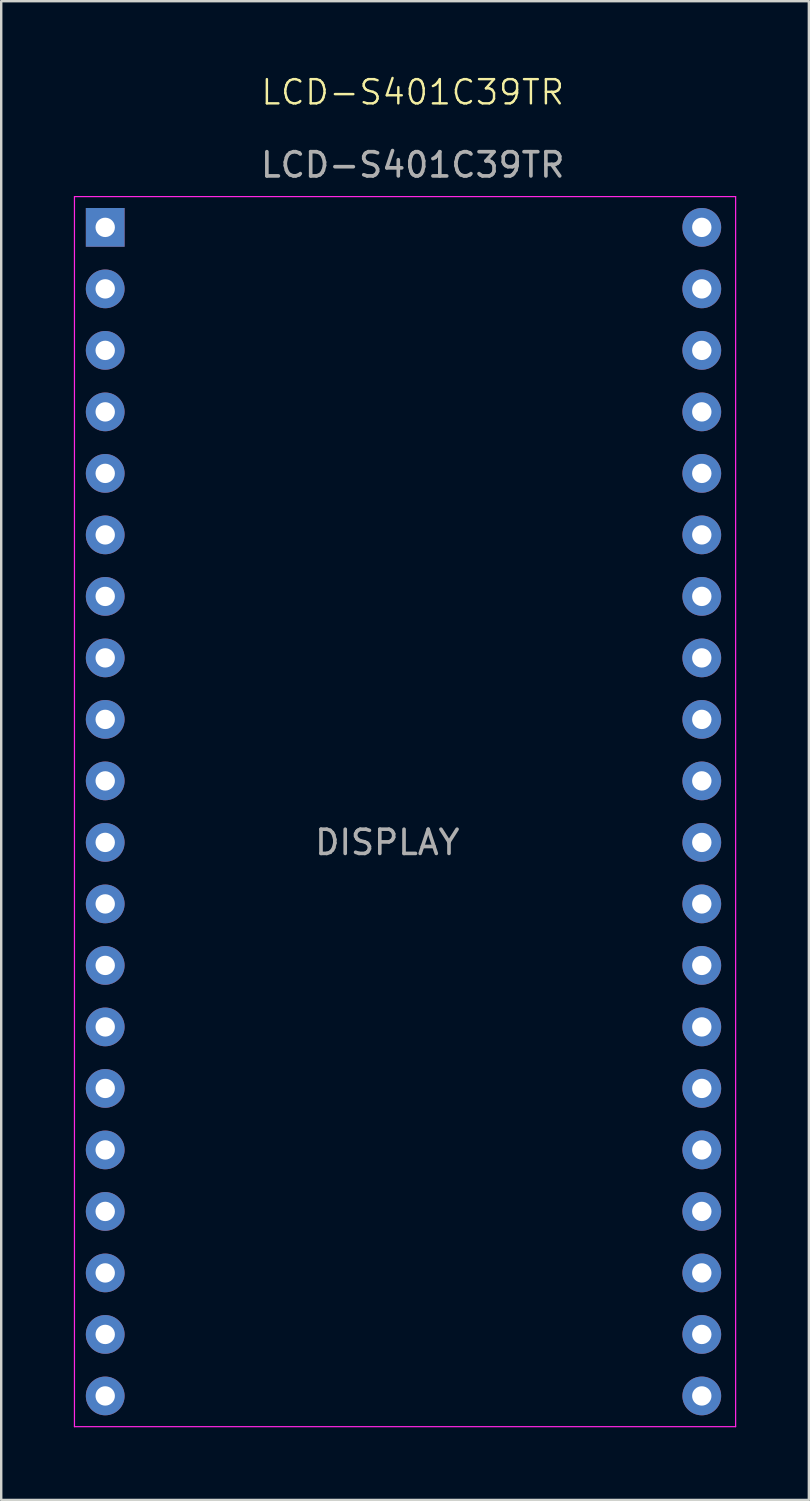
<source format=kicad_pcb>
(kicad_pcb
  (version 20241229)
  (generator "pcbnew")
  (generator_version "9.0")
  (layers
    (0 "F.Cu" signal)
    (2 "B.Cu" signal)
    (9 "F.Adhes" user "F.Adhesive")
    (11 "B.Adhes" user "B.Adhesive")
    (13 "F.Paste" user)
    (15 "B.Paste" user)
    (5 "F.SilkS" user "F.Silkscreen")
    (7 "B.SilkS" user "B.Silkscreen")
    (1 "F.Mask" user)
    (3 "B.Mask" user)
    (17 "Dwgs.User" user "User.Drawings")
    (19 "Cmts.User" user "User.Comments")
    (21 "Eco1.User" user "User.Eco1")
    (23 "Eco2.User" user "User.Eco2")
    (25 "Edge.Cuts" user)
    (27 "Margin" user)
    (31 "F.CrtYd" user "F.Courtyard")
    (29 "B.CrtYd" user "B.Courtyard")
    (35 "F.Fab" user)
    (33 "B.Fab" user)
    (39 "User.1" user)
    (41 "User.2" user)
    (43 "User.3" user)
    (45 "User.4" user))
  (footprint "LCD-S401C39TR"
    (layer "F.Cu")
    (at 13.995 1.26)
    (property "Reference" "LCD-S401C39TR" (at 0 -0.5 0) (unlocked yes) (layer "F.SilkS") (effects (font (size 1 1) (thickness 0.1))))
    (attr through_hole)
    (fp_line (start -13.97 3.81) (end -13.97 54.61) (stroke (width 0.05) (type solid)) (layer "F.CrtYd"))
    (fp_line (start -13.97 54.61) (end 13.335 54.61) (stroke (width 0.05) (type solid)) (layer "F.CrtYd"))
    (fp_line (start 13.335 3.81) (end -13.97 3.81) (stroke (width 0.05) (type solid)) (layer "F.CrtYd"))
    (fp_line (start 13.335 54.61) (end 13.335 3.81) (stroke (width 0.05) (type solid)) (layer "F.CrtYd"))
    (fp_text user "${REFERENCE}" (at 0 2.5 0) (unlocked yes) (layer "F.Fab") (effects (font (size 1 1) (thickness 0.15))))
    (fp_text user "DISPLAY" (at -1.05 30.48 0) (layer "F.Fab") (effects (font (size 1 1) (thickness 0.15))))
    (pad "1" thru_hole rect (at -12.7 5.08) (size 1.6 1.6) (drill 0.8) (layers "*.Cu" "*.Mask"))
    (pad "2" thru_hole oval (at -12.7 7.62) (size 1.6 1.6) (drill 0.8) (layers "*.Cu" "*.Mask"))
    (pad "3" thru_hole oval (at -12.7 10.16) (size 1.6 1.6) (drill 0.8) (layers "*.Cu" "*.Mask"))
    (pad "4" thru_hole oval (at -12.7 12.7) (size 1.6 1.6) (drill 0.8) (layers "*.Cu" "*.Mask"))
    (pad "5" thru_hole oval (at -12.7 15.24) (size 1.6 1.6) (drill 0.8) (layers "*.Cu" "*.Mask"))
    (pad "6" thru_hole oval (at -12.7 17.78) (size 1.6 1.6) (drill 0.8) (layers "*.Cu" "*.Mask"))
    (pad "7" thru_hole oval (at -12.7 20.32) (size 1.6 1.6) (drill 0.8) (layers "*.Cu" "*.Mask"))
    (pad "8" thru_hole oval (at -12.7 22.86) (size 1.6 1.6) (drill 0.8) (layers "*.Cu" "*.Mask"))
    (pad "9" thru_hole oval (at -12.7 25.4) (size 1.6 1.6) (drill 0.8) (layers "*.Cu" "*.Mask"))
    (pad "10" thru_hole oval (at -12.7 27.94) (size 1.6 1.6) (drill 0.8) (layers "*.Cu" "*.Mask"))
    (pad "11" thru_hole oval (at -12.7 30.48) (size 1.6 1.6) (drill 0.8) (layers "*.Cu" "*.Mask"))
    (pad "12" thru_hole oval (at -12.7 33.02) (size 1.6 1.6) (drill 0.8) (layers "*.Cu" "*.Mask"))
    (pad "13" thru_hole oval (at -12.7 35.56) (size 1.6 1.6) (drill 0.8) (layers "*.Cu" "*.Mask"))
    (pad "14" thru_hole oval (at -12.7 38.1) (size 1.6 1.6) (drill 0.8) (layers "*.Cu" "*.Mask"))
    (pad "15" thru_hole oval (at -12.7 40.64) (size 1.6 1.6) (drill 0.8) (layers "*.Cu" "*.Mask"))
    (pad "16" thru_hole oval (at -12.7 43.18) (size 1.6 1.6) (drill 0.8) (layers "*.Cu" "*.Mask"))
    (pad "17" thru_hole oval (at -12.7 45.72) (size 1.6 1.6) (drill 0.8) (layers "*.Cu" "*.Mask"))
    (pad "18" thru_hole oval (at -12.7 48.26) (size 1.6 1.6) (drill 0.8) (layers "*.Cu" "*.Mask"))
    (pad "19" thru_hole oval (at -12.7 50.8) (size 1.6 1.6) (drill 0.8) (layers "*.Cu" "*.Mask"))
    (pad "20" thru_hole oval (at -12.7 53.34) (size 1.6 1.6) (drill 0.8) (layers "*.Cu" "*.Mask"))
    (pad "21" thru_hole oval (at 11.938 53.34) (size 1.6 1.6) (drill 0.8) (layers "*.Cu" "*.Mask"))
    (pad "22" thru_hole oval (at 11.938 50.8) (size 1.6 1.6) (drill 0.8) (layers "*.Cu" "*.Mask"))
    (pad "23" thru_hole oval (at 11.938 48.26) (size 1.6 1.6) (drill 0.8) (layers "*.Cu" "*.Mask"))
    (pad "24" thru_hole oval (at 11.938 45.72) (size 1.6 1.6) (drill 0.8) (layers "*.Cu" "*.Mask"))
    (pad "25" thru_hole oval (at 11.938 43.18) (size 1.6 1.6) (drill 0.8) (layers "*.Cu" "*.Mask"))
    (pad "26" thru_hole oval (at 11.938 40.64) (size 1.6 1.6) (drill 0.8) (layers "*.Cu" "*.Mask"))
    (pad "27" thru_hole oval (at 11.938 38.1) (size 1.6 1.6) (drill 0.8) (layers "*.Cu" "*.Mask"))
    (pad "28" thru_hole oval (at 11.938 35.56) (size 1.6 1.6) (drill 0.8) (layers "*.Cu" "*.Mask"))
    (pad "29" thru_hole oval (at 11.938 33.02) (size 1.6 1.6) (drill 0.8) (layers "*.Cu" "*.Mask"))
    (pad "30" thru_hole oval (at 11.938 30.48) (size 1.6 1.6) (drill 0.8) (layers "*.Cu" "*.Mask"))
    (pad "31" thru_hole oval (at 11.938 27.94) (size 1.6 1.6) (drill 0.8) (layers "*.Cu" "*.Mask"))
    (pad "32" thru_hole oval (at 11.938 25.4) (size 1.6 1.6) (drill 0.8) (layers "*.Cu" "*.Mask"))
    (pad "33" thru_hole oval (at 11.938 22.86) (size 1.6 1.6) (drill 0.8) (layers "*.Cu" "*.Mask"))
    (pad "34" thru_hole oval (at 11.938 20.32) (size 1.6 1.6) (drill 0.8) (layers "*.Cu" "*.Mask"))
    (pad "35" thru_hole oval (at 11.938 17.78) (size 1.6 1.6) (drill 0.8) (layers "*.Cu" "*.Mask"))
    (pad "36" thru_hole oval (at 11.938 15.24) (size 1.6 1.6) (drill 0.8) (layers "*.Cu" "*.Mask"))
    (pad "37" thru_hole oval (at 11.938 12.7) (size 1.6 1.6) (drill 0.8) (layers "*.Cu" "*.Mask"))
    (pad "38" thru_hole oval (at 11.938 10.16) (size 1.6 1.6) (drill 0.8) (layers "*.Cu" "*.Mask"))
    (pad "39" thru_hole oval (at 11.938 7.62) (size 1.6 1.6) (drill 0.8) (layers "*.Cu" "*.Mask"))
    (pad "40" thru_hole oval (at 11.938 5.08) (size 1.6 1.6) (drill 0.8) (layers "*.Cu" "*.Mask")))
  (gr_rect
    (start -3 -3)
    (end 30.355 58.895)
    (stroke (width 0.1) (type default))
    (fill no)
    (layer "Edge.Cuts")))
</source>
